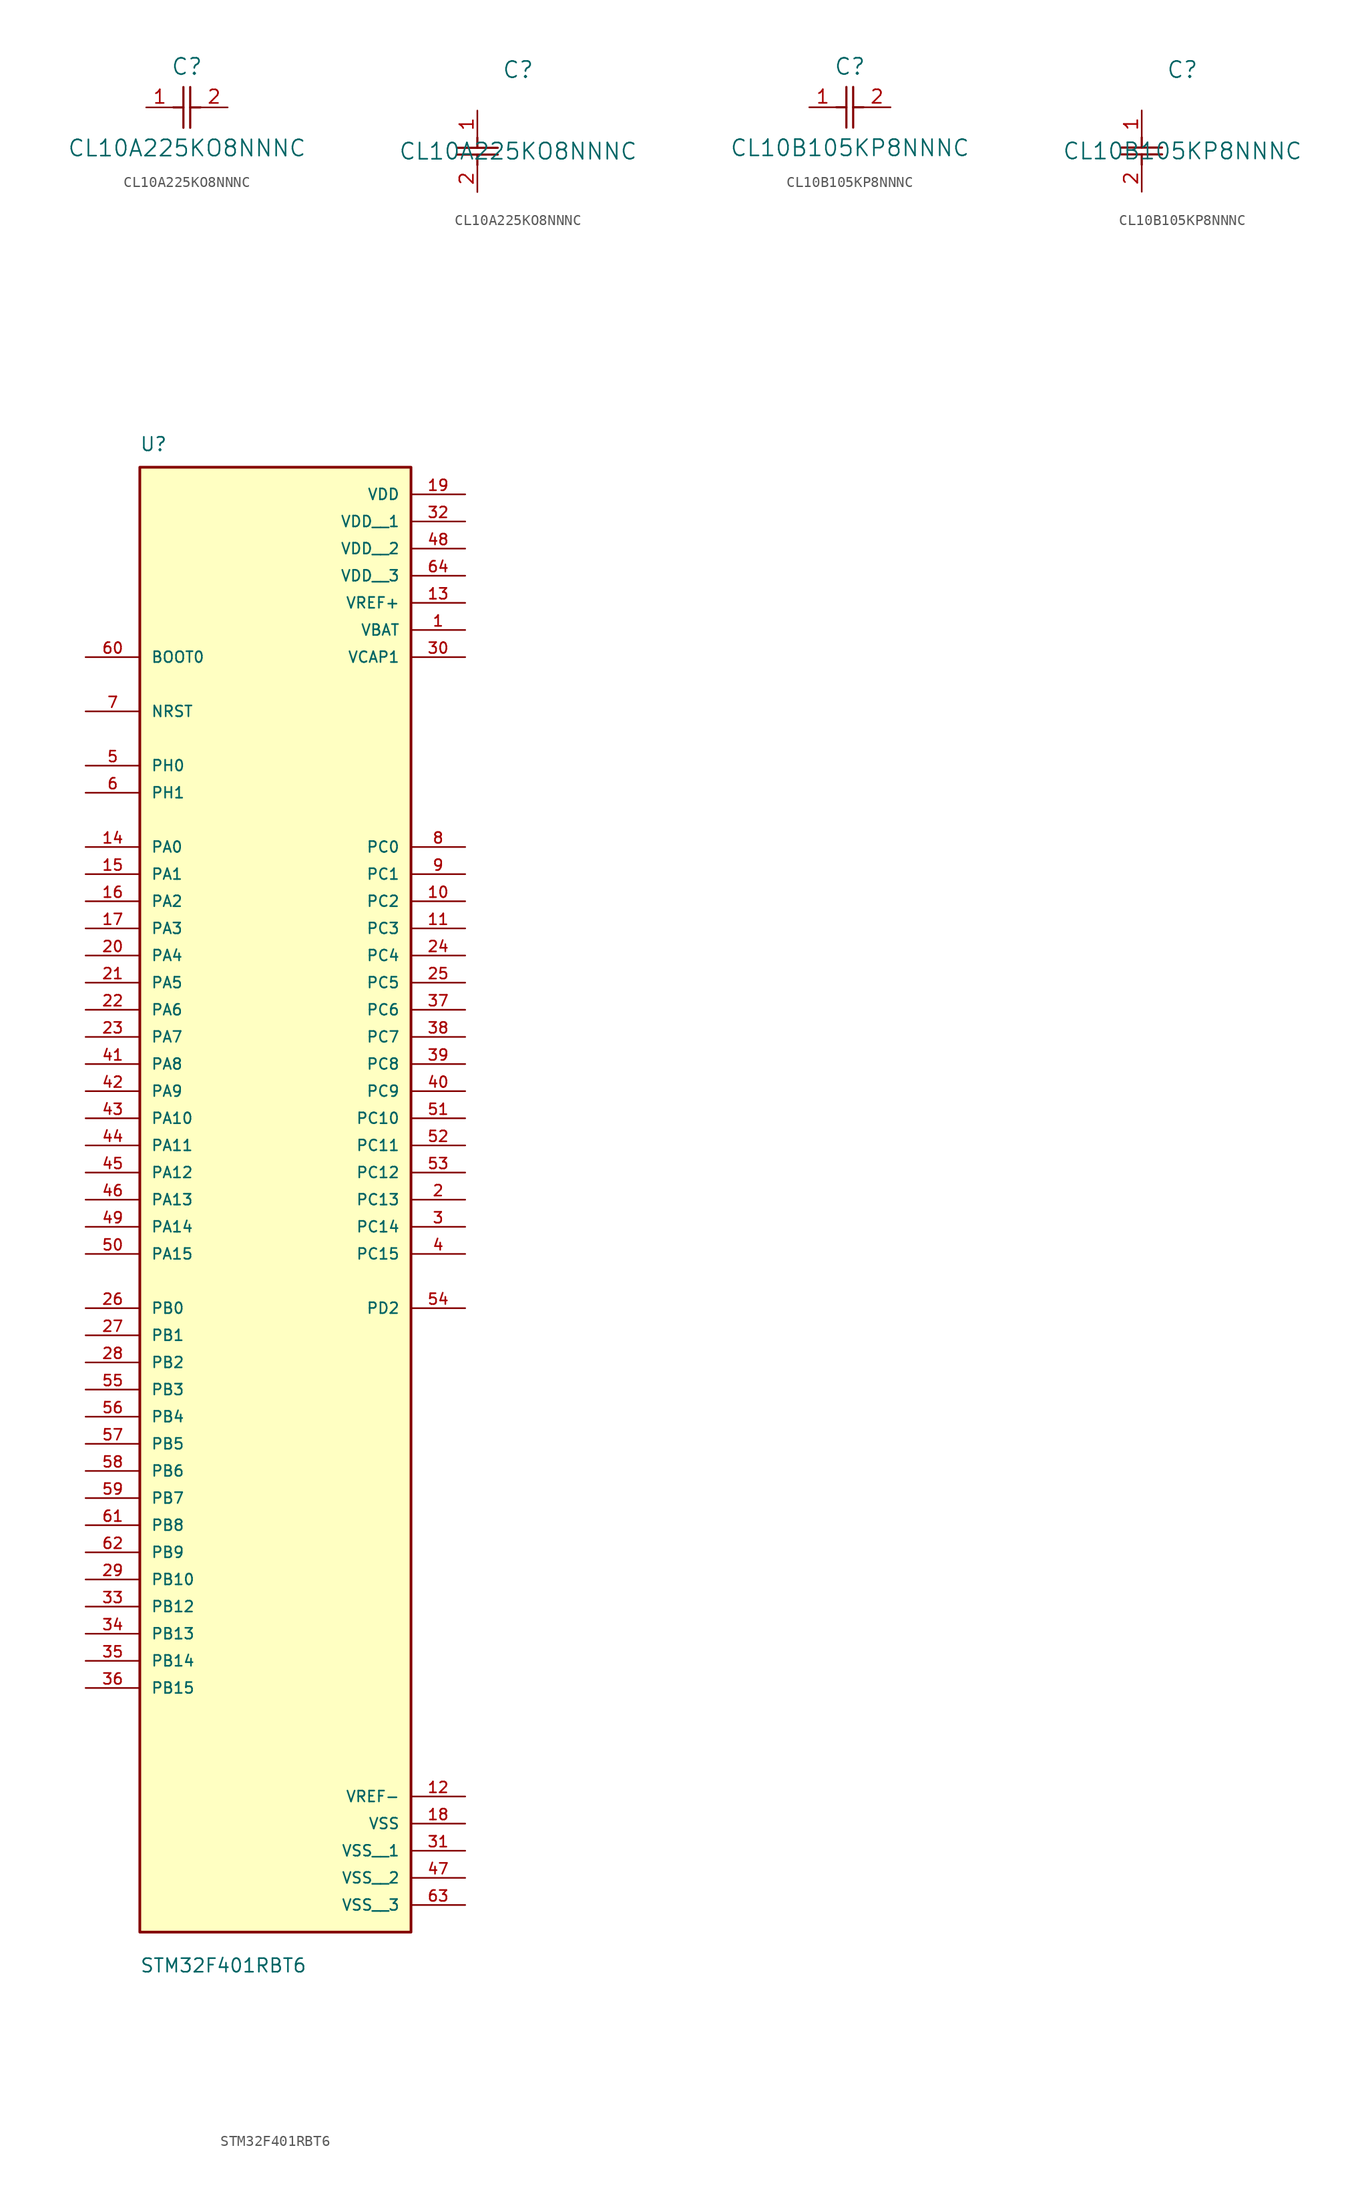
<source format=kicad_sym>
(kicad_symbol_lib
  (version 20231120)
  (generator "kicad_symbol_editor")
  (generator_version "8.0")
  (symbol "CL10A225KO8NNNC"
    (pin_names
      (offset 0.254))
    (property "Reference" "C"
      (at 3.81 3.81 0)
      (effects (font (size 1.524 1.524))))
    (property "Value" "CL10A225KO8NNNC"
      (at 3.81 -3.81 0)
      (effects (font (size 1.524 1.524))))
    (property "ki_locked" ""
      (at 0 0 0)
      (effects (font (size 1.27 1.27))))
    (symbol "CL10A225KO8NNNC_1_1"
      (polyline (pts (xy 2.54 0) (xy 3.48 0)) (stroke (width 0.203) (type default)) (fill (type none)))
      (polyline (pts (xy 3.48 -1.905) (xy 3.48 1.905)) (stroke (width 0.203) (type default)) (fill (type none)))
      (polyline (pts (xy 4.115 -1.905) (xy 4.115 1.905)) (stroke (width 0.203) (type default)) (fill (type none)))
      (polyline (pts (xy 4.115 0) (xy 5.08 0)) (stroke (width 0.203) (type default)) (fill (type none)))
      (pin unspecified line (at 0 0 0) (length 2.54) (name "" (effects (font (size 1.27 1.27)))) (number "1" (effects (font (size 1.27 1.27)))))
      (pin unspecified line (at 7.62 0 180) (length 2.54) (name "" (effects (font (size 1.27 1.27)))) (number "2" (effects (font (size 1.27 1.27))))))
    (symbol "CL10A225KO8NNNC_1_2"
      (polyline (pts (xy -1.905 -4.115) (xy 1.905 -4.115)) (stroke (width 0.203) (type default)) (fill (type none)))
      (polyline (pts (xy -1.905 -3.48) (xy 1.905 -3.48)) (stroke (width 0.203) (type default)) (fill (type none)))
      (polyline (pts (xy 0 -4.115) (xy 0 -5.08)) (stroke (width 0.203) (type default)) (fill (type none)))
      (polyline (pts (xy 0 -2.54) (xy 0 -3.48)) (stroke (width 0.203) (type default)) (fill (type none)))
      (pin unspecified line (at 0 0 270) (length 2.54) (name "" (effects (font (size 1.27 1.27)))) (number "1" (effects (font (size 1.27 1.27)))))
      (pin unspecified line (at 0 -7.62 90) (length 2.54) (name "" (effects (font (size 1.27 1.27)))) (number "2" (effects (font (size 1.27 1.27)))))))
  (symbol "CL10B105KP8NNNC"
    (pin_names
      (offset 0.254))
    (property "Reference" "C"
      (at 3.81 3.81 0)
      (effects (font (size 1.524 1.524))))
    (property "Value" "CL10B105KP8NNNC"
      (at 3.81 -3.81 0)
      (effects (font (size 1.524 1.524))))
    (property "ki_locked" ""
      (at 0 0 0)
      (effects (font (size 1.27 1.27))))
    (symbol "CL10B105KP8NNNC_1_1"
      (polyline (pts (xy 2.54 0) (xy 3.48 0)) (stroke (width 0.203) (type default)) (fill (type none)))
      (polyline (pts (xy 3.48 -1.905) (xy 3.48 1.905)) (stroke (width 0.203) (type default)) (fill (type none)))
      (polyline (pts (xy 4.115 -1.905) (xy 4.115 1.905)) (stroke (width 0.203) (type default)) (fill (type none)))
      (polyline (pts (xy 4.115 0) (xy 5.08 0)) (stroke (width 0.203) (type default)) (fill (type none)))
      (pin unspecified line (at 0 0 0) (length 2.54) (name "" (effects (font (size 1.27 1.27)))) (number "1" (effects (font (size 1.27 1.27)))))
      (pin unspecified line (at 7.62 0 180) (length 2.54) (name "" (effects (font (size 1.27 1.27)))) (number "2" (effects (font (size 1.27 1.27))))))
    (symbol "CL10B105KP8NNNC_1_2"
      (polyline (pts (xy -1.905 -4.115) (xy 1.905 -4.115)) (stroke (width 0.203) (type default)) (fill (type none)))
      (polyline (pts (xy -1.905 -3.48) (xy 1.905 -3.48)) (stroke (width 0.203) (type default)) (fill (type none)))
      (polyline (pts (xy 0 -4.115) (xy 0 -5.08)) (stroke (width 0.203) (type default)) (fill (type none)))
      (polyline (pts (xy 0 -2.54) (xy 0 -3.48)) (stroke (width 0.203) (type default)) (fill (type none)))
      (pin unspecified line (at 0 0 270) (length 2.54) (name "" (effects (font (size 1.27 1.27)))) (number "1" (effects (font (size 1.27 1.27)))))
      (pin unspecified line (at 0 -7.62 90) (length 2.54) (name "" (effects (font (size 1.27 1.27)))) (number "2" (effects (font (size 1.27 1.27)))))))
  (symbol "STM32F401RBT6"
    (pin_names
      (offset 1.016))
    (property "Reference" "U"
      (at -12.725 72.534 0)
      (effects (font (size 1.27 1.27)) (justify left bottom)))
    (property "Value" "STM32F401RBT6"
      (at -12.714 -69.91 0)
      (effects (font (size 1.27 1.27)) (justify left bottom)))
    (symbol "STM32F401RBT6_0_0"
      (rectangle (start -12.7 -66.04) (end 12.7 71.12) (stroke (width 0.254) (type default)) (fill (type background)))
      (pin power_in line (at 17.78 55.88 180) (length 5.08) (name "VBAT" (effects (font (size 1.016 1.016)))) (number "1" (effects (font (size 1.016 1.016)))))
      (pin bidirectional line (at 17.78 30.48 180) (length 5.08) (name "PC2" (effects (font (size 1.016 1.016)))) (number "10" (effects (font (size 1.016 1.016)))))
      (pin bidirectional line (at 17.78 27.94 180) (length 5.08) (name "PC3" (effects (font (size 1.016 1.016)))) (number "11" (effects (font (size 1.016 1.016)))))
      (pin power_in line (at 17.78 -53.34 180) (length 5.08) (name "VREF-" (effects (font (size 1.016 1.016)))) (number "12" (effects (font (size 1.016 1.016)))))
      (pin power_in line (at 17.78 58.42 180) (length 5.08) (name "VREF+" (effects (font (size 1.016 1.016)))) (number "13" (effects (font (size 1.016 1.016)))))
      (pin bidirectional line (at -17.78 35.56 0) (length 5.08) (name "PA0" (effects (font (size 1.016 1.016)))) (number "14" (effects (font (size 1.016 1.016)))))
      (pin bidirectional line (at -17.78 33.02 0) (length 5.08) (name "PA1" (effects (font (size 1.016 1.016)))) (number "15" (effects (font (size 1.016 1.016)))))
      (pin bidirectional line (at -17.78 30.48 0) (length 5.08) (name "PA2" (effects (font (size 1.016 1.016)))) (number "16" (effects (font (size 1.016 1.016)))))
      (pin bidirectional line (at -17.78 27.94 0) (length 5.08) (name "PA3" (effects (font (size 1.016 1.016)))) (number "17" (effects (font (size 1.016 1.016)))))
      (pin power_in line (at 17.78 -55.88 180) (length 5.08) (name "VSS" (effects (font (size 1.016 1.016)))) (number "18" (effects (font (size 1.016 1.016)))))
      (pin power_in line (at 17.78 68.58 180) (length 5.08) (name "VDD" (effects (font (size 1.016 1.016)))) (number "19" (effects (font (size 1.016 1.016)))))
      (pin bidirectional line (at 17.78 2.54 180) (length 5.08) (name "PC13" (effects (font (size 1.016 1.016)))) (number "2" (effects (font (size 1.016 1.016)))))
      (pin bidirectional line (at -17.78 25.4 0) (length 5.08) (name "PA4" (effects (font (size 1.016 1.016)))) (number "20" (effects (font (size 1.016 1.016)))))
      (pin bidirectional line (at -17.78 22.86 0) (length 5.08) (name "PA5" (effects (font (size 1.016 1.016)))) (number "21" (effects (font (size 1.016 1.016)))))
      (pin bidirectional line (at -17.78 20.32 0) (length 5.08) (name "PA6" (effects (font (size 1.016 1.016)))) (number "22" (effects (font (size 1.016 1.016)))))
      (pin bidirectional line (at -17.78 17.78 0) (length 5.08) (name "PA7" (effects (font (size 1.016 1.016)))) (number "23" (effects (font (size 1.016 1.016)))))
      (pin bidirectional line (at 17.78 25.4 180) (length 5.08) (name "PC4" (effects (font (size 1.016 1.016)))) (number "24" (effects (font (size 1.016 1.016)))))
      (pin bidirectional line (at 17.78 22.86 180) (length 5.08) (name "PC5" (effects (font (size 1.016 1.016)))) (number "25" (effects (font (size 1.016 1.016)))))
      (pin bidirectional line (at -17.78 -7.62 0) (length 5.08) (name "PB0" (effects (font (size 1.016 1.016)))) (number "26" (effects (font (size 1.016 1.016)))))
      (pin bidirectional line (at -17.78 -10.16 0) (length 5.08) (name "PB1" (effects (font (size 1.016 1.016)))) (number "27" (effects (font (size 1.016 1.016)))))
      (pin bidirectional line (at -17.78 -12.7 0) (length 5.08) (name "PB2" (effects (font (size 1.016 1.016)))) (number "28" (effects (font (size 1.016 1.016)))))
      (pin bidirectional line (at -17.78 -33.02 0) (length 5.08) (name "PB10" (effects (font (size 1.016 1.016)))) (number "29" (effects (font (size 1.016 1.016)))))
      (pin bidirectional line (at 17.78 0 180) (length 5.08) (name "PC14" (effects (font (size 1.016 1.016)))) (number "3" (effects (font (size 1.016 1.016)))))
      (pin power_in line (at 17.78 53.34 180) (length 5.08) (name "VCAP1" (effects (font (size 1.016 1.016)))) (number "30" (effects (font (size 1.016 1.016)))))
      (pin power_in line (at 17.78 -58.42 180) (length 5.08) (name "VSS__1" (effects (font (size 1.016 1.016)))) (number "31" (effects (font (size 1.016 1.016)))))
      (pin power_in line (at 17.78 66.04 180) (length 5.08) (name "VDD__1" (effects (font (size 1.016 1.016)))) (number "32" (effects (font (size 1.016 1.016)))))
      (pin bidirectional line (at -17.78 -35.56 0) (length 5.08) (name "PB12" (effects (font (size 1.016 1.016)))) (number "33" (effects (font (size 1.016 1.016)))))
      (pin bidirectional line (at -17.78 -38.1 0) (length 5.08) (name "PB13" (effects (font (size 1.016 1.016)))) (number "34" (effects (font (size 1.016 1.016)))))
      (pin bidirectional line (at -17.78 -40.64 0) (length 5.08) (name "PB14" (effects (font (size 1.016 1.016)))) (number "35" (effects (font (size 1.016 1.016)))))
      (pin bidirectional line (at -17.78 -43.18 0) (length 5.08) (name "PB15" (effects (font (size 1.016 1.016)))) (number "36" (effects (font (size 1.016 1.016)))))
      (pin bidirectional line (at 17.78 20.32 180) (length 5.08) (name "PC6" (effects (font (size 1.016 1.016)))) (number "37" (effects (font (size 1.016 1.016)))))
      (pin bidirectional line (at 17.78 17.78 180) (length 5.08) (name "PC7" (effects (font (size 1.016 1.016)))) (number "38" (effects (font (size 1.016 1.016)))))
      (pin bidirectional line (at 17.78 15.24 180) (length 5.08) (name "PC8" (effects (font (size 1.016 1.016)))) (number "39" (effects (font (size 1.016 1.016)))))
      (pin bidirectional line (at 17.78 -2.54 180) (length 5.08) (name "PC15" (effects (font (size 1.016 1.016)))) (number "4" (effects (font (size 1.016 1.016)))))
      (pin bidirectional line (at 17.78 12.7 180) (length 5.08) (name "PC9" (effects (font (size 1.016 1.016)))) (number "40" (effects (font (size 1.016 1.016)))))
      (pin bidirectional line (at -17.78 15.24 0) (length 5.08) (name "PA8" (effects (font (size 1.016 1.016)))) (number "41" (effects (font (size 1.016 1.016)))))
      (pin bidirectional line (at -17.78 12.7 0) (length 5.08) (name "PA9" (effects (font (size 1.016 1.016)))) (number "42" (effects (font (size 1.016 1.016)))))
      (pin bidirectional line (at -17.78 10.16 0) (length 5.08) (name "PA10" (effects (font (size 1.016 1.016)))) (number "43" (effects (font (size 1.016 1.016)))))
      (pin bidirectional line (at -17.78 7.62 0) (length 5.08) (name "PA11" (effects (font (size 1.016 1.016)))) (number "44" (effects (font (size 1.016 1.016)))))
      (pin bidirectional line (at -17.78 5.08 0) (length 5.08) (name "PA12" (effects (font (size 1.016 1.016)))) (number "45" (effects (font (size 1.016 1.016)))))
      (pin bidirectional line (at -17.78 2.54 0) (length 5.08) (name "PA13" (effects (font (size 1.016 1.016)))) (number "46" (effects (font (size 1.016 1.016)))))
      (pin power_in line (at 17.78 -60.96 180) (length 5.08) (name "VSS__2" (effects (font (size 1.016 1.016)))) (number "47" (effects (font (size 1.016 1.016)))))
      (pin power_in line (at 17.78 63.5 180) (length 5.08) (name "VDD__2" (effects (font (size 1.016 1.016)))) (number "48" (effects (font (size 1.016 1.016)))))
      (pin bidirectional line (at -17.78 0 0) (length 5.08) (name "PA14" (effects (font (size 1.016 1.016)))) (number "49" (effects (font (size 1.016 1.016)))))
      (pin bidirectional line (at -17.78 43.18 0) (length 5.08) (name "PH0" (effects (font (size 1.016 1.016)))) (number "5" (effects (font (size 1.016 1.016)))))
      (pin bidirectional line (at -17.78 -2.54 0) (length 5.08) (name "PA15" (effects (font (size 1.016 1.016)))) (number "50" (effects (font (size 1.016 1.016)))))
      (pin bidirectional line (at 17.78 10.16 180) (length 5.08) (name "PC10" (effects (font (size 1.016 1.016)))) (number "51" (effects (font (size 1.016 1.016)))))
      (pin bidirectional line (at 17.78 7.62 180) (length 5.08) (name "PC11" (effects (font (size 1.016 1.016)))) (number "52" (effects (font (size 1.016 1.016)))))
      (pin bidirectional line (at 17.78 5.08 180) (length 5.08) (name "PC12" (effects (font (size 1.016 1.016)))) (number "53" (effects (font (size 1.016 1.016)))))
      (pin bidirectional line (at 17.78 -7.62 180) (length 5.08) (name "PD2" (effects (font (size 1.016 1.016)))) (number "54" (effects (font (size 1.016 1.016)))))
      (pin bidirectional line (at -17.78 -15.24 0) (length 5.08) (name "PB3" (effects (font (size 1.016 1.016)))) (number "55" (effects (font (size 1.016 1.016)))))
      (pin bidirectional line (at -17.78 -17.78 0) (length 5.08) (name "PB4" (effects (font (size 1.016 1.016)))) (number "56" (effects (font (size 1.016 1.016)))))
      (pin bidirectional line (at -17.78 -20.32 0) (length 5.08) (name "PB5" (effects (font (size 1.016 1.016)))) (number "57" (effects (font (size 1.016 1.016)))))
      (pin bidirectional line (at -17.78 -22.86 0) (length 5.08) (name "PB6" (effects (font (size 1.016 1.016)))) (number "58" (effects (font (size 1.016 1.016)))))
      (pin bidirectional line (at -17.78 -25.4 0) (length 5.08) (name "PB7" (effects (font (size 1.016 1.016)))) (number "59" (effects (font (size 1.016 1.016)))))
      (pin bidirectional line (at -17.78 40.64 0) (length 5.08) (name "PH1" (effects (font (size 1.016 1.016)))) (number "6" (effects (font (size 1.016 1.016)))))
      (pin input line (at -17.78 53.34 0) (length 5.08) (name "BOOT0" (effects (font (size 1.016 1.016)))) (number "60" (effects (font (size 1.016 1.016)))))
      (pin bidirectional line (at -17.78 -27.94 0) (length 5.08) (name "PB8" (effects (font (size 1.016 1.016)))) (number "61" (effects (font (size 1.016 1.016)))))
      (pin bidirectional line (at -17.78 -30.48 0) (length 5.08) (name "PB9" (effects (font (size 1.016 1.016)))) (number "62" (effects (font (size 1.016 1.016)))))
      (pin power_in line (at 17.78 -63.5 180) (length 5.08) (name "VSS__3" (effects (font (size 1.016 1.016)))) (number "63" (effects (font (size 1.016 1.016)))))
      (pin power_in line (at 17.78 60.96 180) (length 5.08) (name "VDD__3" (effects (font (size 1.016 1.016)))) (number "64" (effects (font (size 1.016 1.016)))))
      (pin bidirectional line (at -17.78 48.26 0) (length 5.08) (name "NRST" (effects (font (size 1.016 1.016)))) (number "7" (effects (font (size 1.016 1.016)))))
      (pin bidirectional line (at 17.78 35.56 180) (length 5.08) (name "PC0" (effects (font (size 1.016 1.016)))) (number "8" (effects (font (size 1.016 1.016)))))
      (pin bidirectional line (at 17.78 33.02 180) (length 5.08) (name "PC1" (effects (font (size 1.016 1.016)))) (number "9" (effects (font (size 1.016 1.016))))))))
</source>
